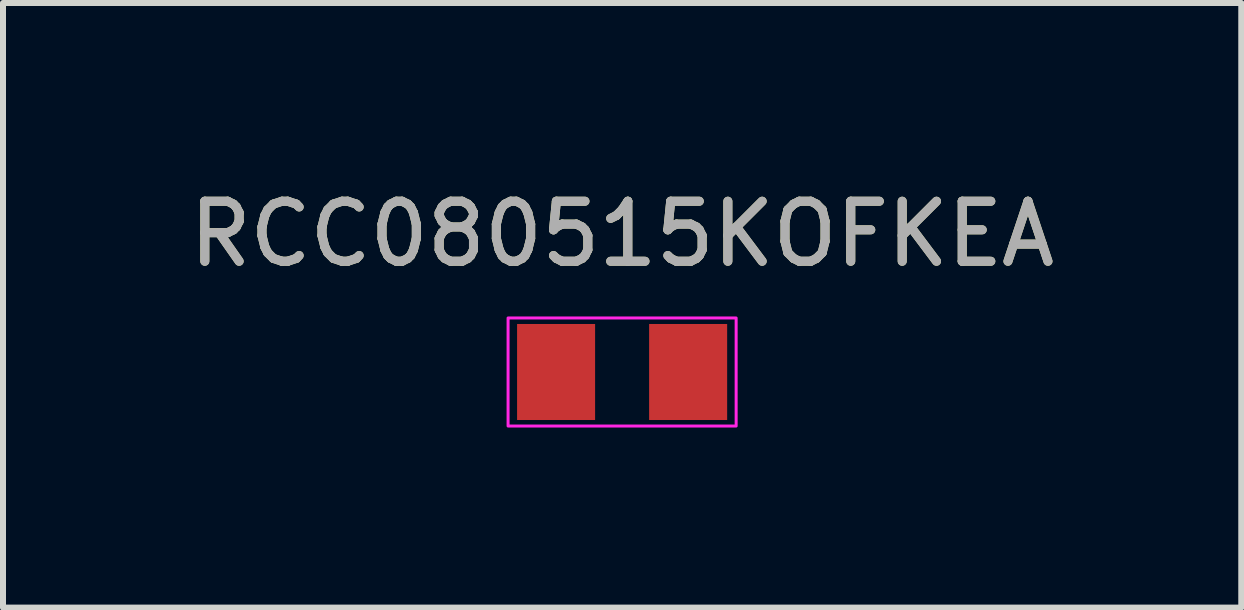
<source format=kicad_pcb>
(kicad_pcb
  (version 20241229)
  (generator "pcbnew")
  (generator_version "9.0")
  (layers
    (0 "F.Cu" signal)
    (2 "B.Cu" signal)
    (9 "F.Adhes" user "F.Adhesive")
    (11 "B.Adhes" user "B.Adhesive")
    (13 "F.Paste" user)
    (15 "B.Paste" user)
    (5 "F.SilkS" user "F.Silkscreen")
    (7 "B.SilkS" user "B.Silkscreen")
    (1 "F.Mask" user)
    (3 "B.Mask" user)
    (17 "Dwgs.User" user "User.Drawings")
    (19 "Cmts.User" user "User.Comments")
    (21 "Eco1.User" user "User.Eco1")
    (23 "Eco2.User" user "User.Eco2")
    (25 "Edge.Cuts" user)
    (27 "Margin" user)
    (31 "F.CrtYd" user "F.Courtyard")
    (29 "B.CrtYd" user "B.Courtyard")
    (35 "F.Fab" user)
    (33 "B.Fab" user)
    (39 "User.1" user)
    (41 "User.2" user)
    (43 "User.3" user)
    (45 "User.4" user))
  (footprint "RCC080515KOFKEA"
    (layer "F.Cu")
    (at 7.315 3.148)
    (property "Reference" "RCC080515KOFKEA" (at 0 -2.3 0) (unlocked yes) (layer "F.SilkS") (effects (font (size 1 1) (thickness 0.15))))
    (attr smd)
    (fp_rect (start -1.9 0.9) (end 1.9 -0.9) (stroke (width 0.05) (type solid)) (fill no) (layer "F.CrtYd"))
    (fp_text user "${REFERENCE}" (at 0 -2.3 0) (unlocked yes) (layer "F.Fab") (effects (font (size 1 1) (thickness 0.15))))
    (pad "1" smd rect (at -1.1 0) (size 1.3 1.6) (layers "F.Cu" "F.Mask" "F.Paste"))
    (pad "1" smd rect (at 1.1 0) (size 1.3 1.6) (layers "F.Cu" "F.Mask" "F.Paste")))
  (gr_rect
    (start -3 -3)
    (end 17.631 7.073)
    (stroke (width 0.1) (type default))
    (fill no)
    (layer "Edge.Cuts")))
</source>
